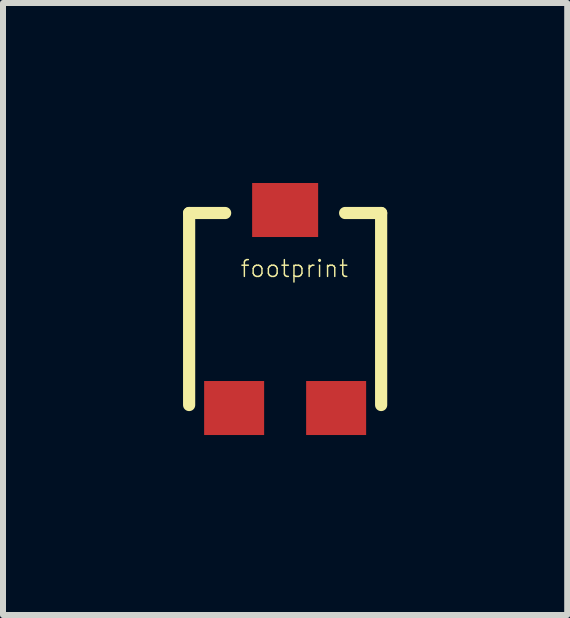
<source format=kicad_pcb>
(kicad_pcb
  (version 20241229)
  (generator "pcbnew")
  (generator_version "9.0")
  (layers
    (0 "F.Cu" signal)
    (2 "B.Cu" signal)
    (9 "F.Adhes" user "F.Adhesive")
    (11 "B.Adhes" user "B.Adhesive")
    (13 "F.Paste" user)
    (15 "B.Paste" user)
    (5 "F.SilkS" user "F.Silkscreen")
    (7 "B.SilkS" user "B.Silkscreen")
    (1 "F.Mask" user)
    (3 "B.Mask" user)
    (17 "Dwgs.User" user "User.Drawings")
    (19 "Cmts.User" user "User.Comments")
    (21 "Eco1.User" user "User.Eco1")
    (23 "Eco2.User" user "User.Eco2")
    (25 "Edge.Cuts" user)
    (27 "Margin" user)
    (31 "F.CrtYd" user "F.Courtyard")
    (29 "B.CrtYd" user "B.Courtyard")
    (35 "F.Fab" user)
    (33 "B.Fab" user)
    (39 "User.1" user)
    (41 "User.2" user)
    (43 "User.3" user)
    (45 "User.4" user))
  (footprint "footprint"
    (layer "F.Cu")
    (at 1.702 2.1)
    (property "Reference" "footprint" (at -0.762 -0.508 0) (layer "F.SilkS") (effects (font (size 0.28 0.28) (thickness 0.024)) (justify left bottom)))
    (fp_line (start -1.6 -1.6) (end -1.6 1.6) (stroke (width 0.203) (type solid)) (layer "F.SilkS"))
    (fp_line (start -1 -1.6) (end -1.6 -1.6) (stroke (width 0.203) (type solid)) (layer "F.SilkS"))
    (fp_line (start 1 -1.6) (end 1.6 -1.6) (stroke (width 0.203) (type solid)) (layer "F.SilkS"))
    (fp_line (start 1.6 -1.6) (end 1.6 1.6) (stroke (width 0.203) (type solid)) (layer "F.SilkS"))
    (pad "1" smd rect (at -0.85 1.65) (size 1 0.9) (layers "F.Cu" "F.Mask" "F.Paste"))
    (pad "2" smd rect (at 0 -1.65) (size 1.1 0.9) (layers "F.Cu" "F.Mask" "F.Paste"))
    (pad "3" smd rect (at 0.85 1.65) (size 1 0.9) (layers "F.Cu" "F.Mask" "F.Paste")))
  (gr_rect
    (start -3 -3)
    (end 6.403 7.2)
    (stroke (width 0.1) (type default))
    (fill no)
    (layer "Edge.Cuts")))
</source>
